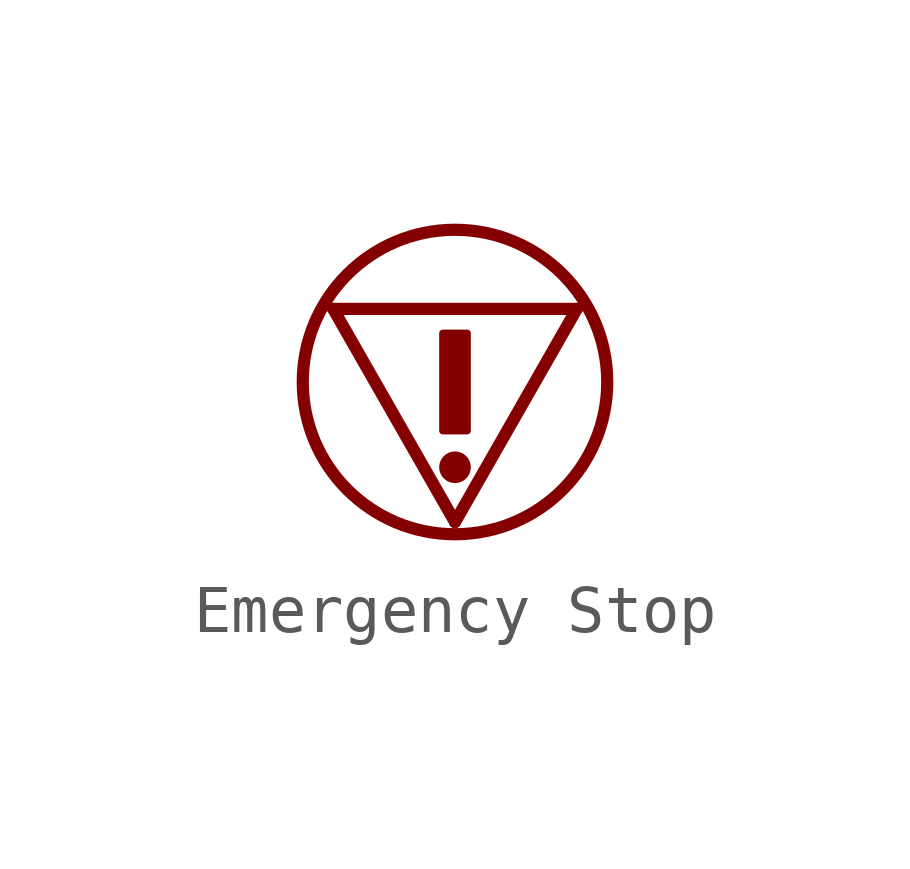
<source format=kicad_sym>
(kicad_symbol_lib
  (version 20231120)
  (generator "kicad_symbol_editor")
  (generator_version "8.0")
  (symbol "Emergency Stop"
    (pin_numbers hide)
    (pin_names
      (offset 0) hide)
    (property "Reference" "EG"
      (at 0 5.08 0)
      (effects (font (size 1.27 1.27)) (hide yes)))
    (symbol "Emergency Stop_1_0"
      (rectangle (start -0.254 1.016) (end 0.254 -1.016) (stroke (width 0) (type default)) (fill (type outline)))
      (circle (center 0 -1.778) (radius 0.254) (stroke (width 0) (type default)) (fill (type outline)))
      (polyline (pts (xy -2.54 1.524) (xy 2.54 1.524)) (stroke (width 0.254) (type solid)) (fill (type none)))
      (polyline (pts (xy 0 -2.921) (xy -2.54 1.524)) (stroke (width 0.254) (type solid)) (fill (type none)))
      (polyline (pts (xy 2.54 1.524) (xy 0 -2.921)) (stroke (width 0.254) (type solid)) (fill (type none)))
      (circle (center 0 0) (radius 3.175) (stroke (width 0.254) (type solid)) (fill (type none))))))
</source>
